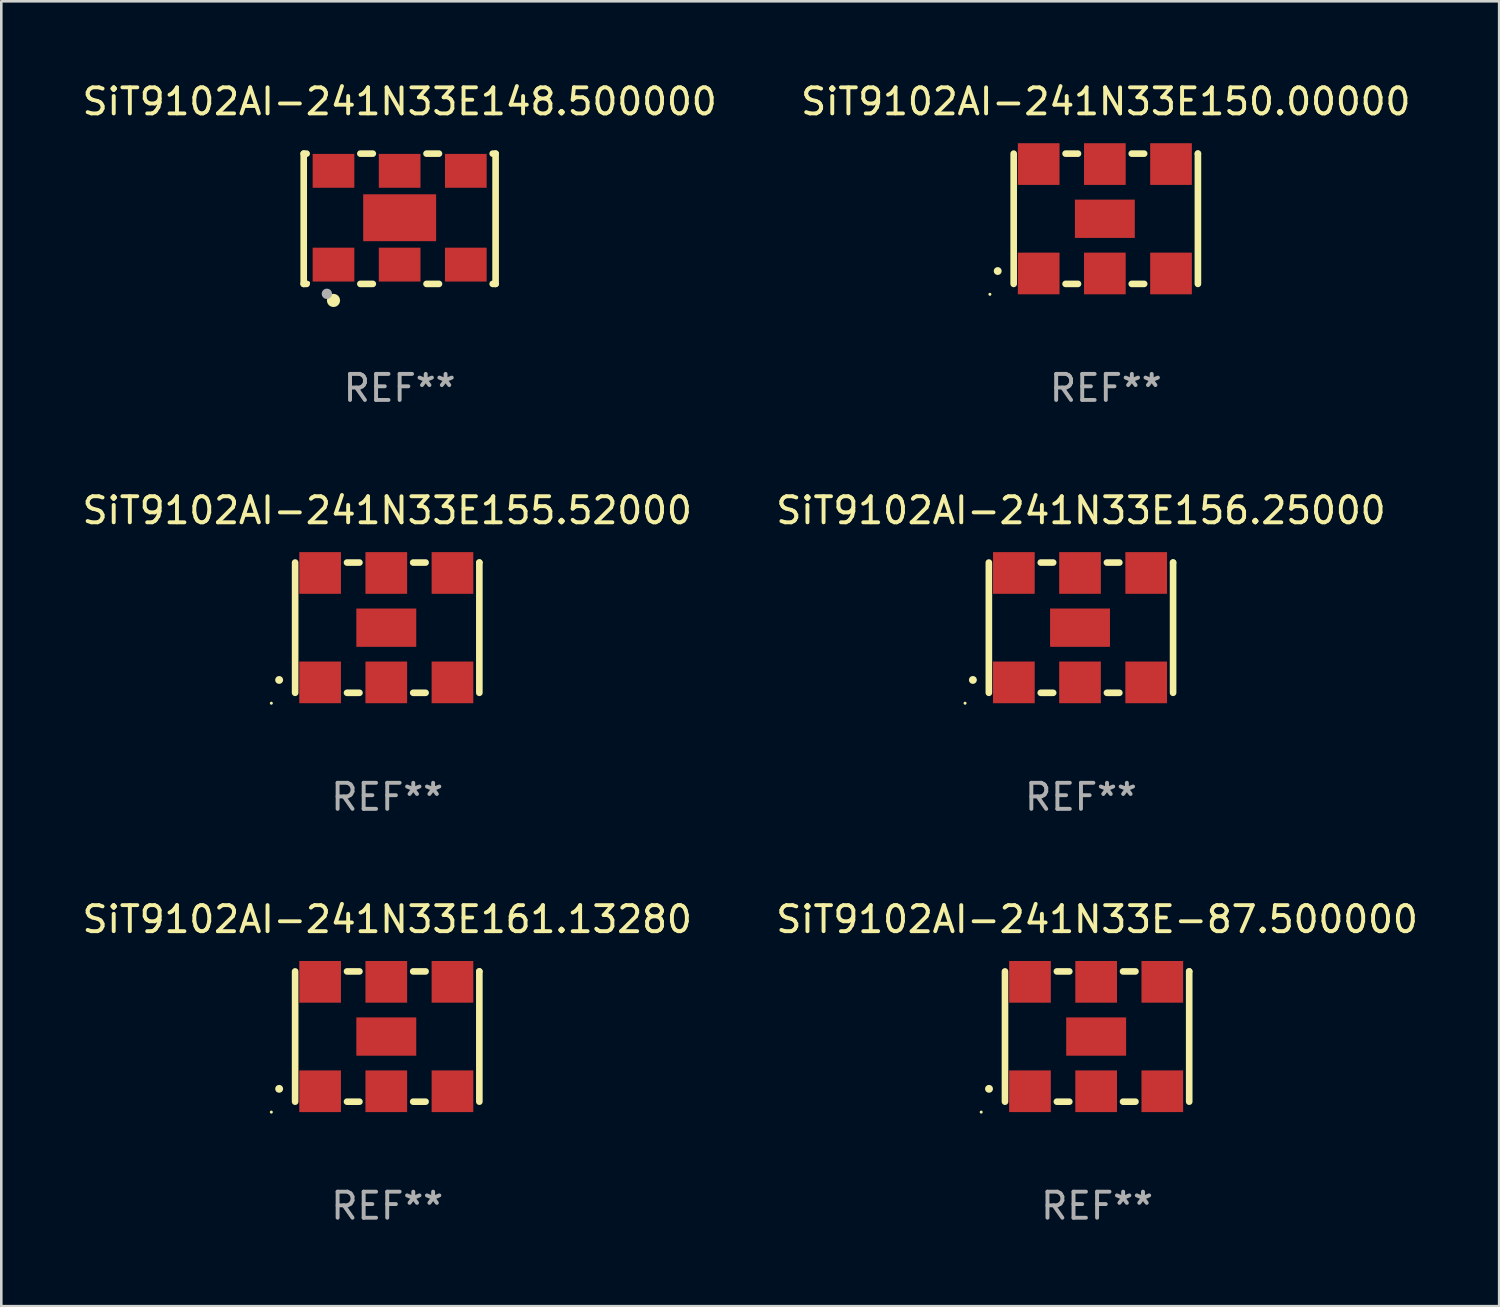
<source format=kicad_pcb>
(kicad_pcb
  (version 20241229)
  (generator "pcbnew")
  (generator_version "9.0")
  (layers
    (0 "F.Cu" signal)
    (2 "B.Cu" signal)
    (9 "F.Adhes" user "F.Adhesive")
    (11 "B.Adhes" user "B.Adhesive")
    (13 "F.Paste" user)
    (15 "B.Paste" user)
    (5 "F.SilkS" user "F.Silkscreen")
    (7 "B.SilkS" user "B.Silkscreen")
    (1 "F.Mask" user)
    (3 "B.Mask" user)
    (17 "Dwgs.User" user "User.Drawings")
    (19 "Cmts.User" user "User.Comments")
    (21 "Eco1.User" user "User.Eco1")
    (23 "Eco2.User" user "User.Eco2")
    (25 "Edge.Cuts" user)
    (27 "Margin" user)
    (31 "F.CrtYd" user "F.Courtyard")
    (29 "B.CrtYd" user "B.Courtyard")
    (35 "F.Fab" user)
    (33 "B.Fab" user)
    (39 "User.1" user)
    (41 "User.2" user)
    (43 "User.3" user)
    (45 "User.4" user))
  (footprint "SiT9102AI-241N33E156.25000"
    (layer "F.Cu")
    (at 38.446 21.045)
    (property "Reference" "SiT9102AI-241N33E156.25000" (at 0 -4.5 0) (layer "F.SilkS") (effects (font (size 1 1) (thickness 0.15))))
    (attr through_hole)
    (fp_line (start -3.536 -2.5) (end -3.536 2.5) (stroke (width 0.254) (type solid)) (layer "F.SilkS"))
    (fp_line (start -1.544 2.5) (end -1.067 2.5) (stroke (width 0.254) (type solid)) (layer "F.SilkS"))
    (fp_line (start -1.067 -2.5) (end -1.544 -2.5) (stroke (width 0.254) (type solid)) (layer "F.SilkS"))
    (fp_line (start 0.996 2.5) (end 1.473 2.5) (stroke (width 0.254) (type solid)) (layer "F.SilkS"))
    (fp_line (start 1.473 -2.5) (end 0.996 -2.5) (stroke (width 0.254) (type solid)) (layer "F.SilkS"))
    (fp_line (start 3.536 -2.5) (end 3.536 -2.5) (stroke (width 0.254) (type solid)) (layer "F.SilkS"))
    (fp_line (start 3.536 2.5) (end 3.536 -2.5) (stroke (width 0.254) (type solid)) (layer "F.SilkS"))
    (fp_arc (start -4.150432 2.006604) (mid -4.149162 2.006599) (end -4.147892 2.006604) (stroke (width 0.3) (type solid)) (layer "F.SilkS"))
    (fp_circle (center -4.449 2.9) (end -4.419 2.9) (stroke (width 0.06) (type solid)) (fill no) (layer "F.SilkS"))
    (fp_text user "REF**" (at 0 6.5 0) (layer "F.Fab") (effects (font (size 1 1) (thickness 0.15))))
    (pad "1" smd rect (at -2.576 2.1) (size 1.6 1.6) (layers "F.Cu" "F.Mask" "F.Paste"))
    (pad "2" smd rect (at -0.036 2.1) (size 1.6 1.6) (layers "F.Cu" "F.Mask" "F.Paste"))
    (pad "3" smd rect (at 2.504 2.1) (size 1.6 1.6) (layers "F.Cu" "F.Mask" "F.Paste"))
    (pad "4" smd rect (at 2.504 -2.1) (size 1.6 1.6) (layers "F.Cu" "F.Mask" "F.Paste"))
    (pad "5" smd rect (at -0.036 -2.1) (size 1.6 1.6) (layers "F.Cu" "F.Mask" "F.Paste"))
    (pad "6" smd rect (at -2.576 -2.1) (size 1.6 1.6) (layers "F.Cu" "F.Mask" "F.Paste"))
    (pad "7" smd rect (at -0.036 0) (size 2.3 1.47) (layers "F.Cu" "F.Mask" "F.Paste")))
  (footprint "SiT9102AI-241N33E150.00000"
    (layer "F.Cu")
    (at 39.399 5.348)
    (property "Reference" "SiT9102AI-241N33E150.00000" (at 0 -4.5 0) (layer "F.SilkS") (effects (font (size 1 1) (thickness 0.15))))
    (attr through_hole)
    (fp_line (start -3.536 -2.5) (end -3.536 2.5) (stroke (width 0.254) (type solid)) (layer "F.SilkS"))
    (fp_line (start -1.544 2.5) (end -1.067 2.5) (stroke (width 0.254) (type solid)) (layer "F.SilkS"))
    (fp_line (start -1.067 -2.5) (end -1.544 -2.5) (stroke (width 0.254) (type solid)) (layer "F.SilkS"))
    (fp_line (start 0.996 2.5) (end 1.473 2.5) (stroke (width 0.254) (type solid)) (layer "F.SilkS"))
    (fp_line (start 1.473 -2.5) (end 0.996 -2.5) (stroke (width 0.254) (type solid)) (layer "F.SilkS"))
    (fp_line (start 3.536 -2.5) (end 3.536 -2.5) (stroke (width 0.254) (type solid)) (layer "F.SilkS"))
    (fp_line (start 3.536 2.5) (end 3.536 -2.5) (stroke (width 0.254) (type solid)) (layer "F.SilkS"))
    (fp_arc (start -4.150432 2.006604) (mid -4.149162 2.006599) (end -4.147892 2.006604) (stroke (width 0.3) (type solid)) (layer "F.SilkS"))
    (fp_circle (center -4.449 2.9) (end -4.419 2.9) (stroke (width 0.06) (type solid)) (fill no) (layer "F.SilkS"))
    (fp_text user "REF**" (at 0 6.5 0) (layer "F.Fab") (effects (font (size 1 1) (thickness 0.15))))
    (pad "1" smd rect (at -2.576 2.1) (size 1.6 1.6) (layers "F.Cu" "F.Mask" "F.Paste"))
    (pad "2" smd rect (at -0.036 2.1) (size 1.6 1.6) (layers "F.Cu" "F.Mask" "F.Paste"))
    (pad "3" smd rect (at 2.504 2.1) (size 1.6 1.6) (layers "F.Cu" "F.Mask" "F.Paste"))
    (pad "4" smd rect (at 2.504 -2.1) (size 1.6 1.6) (layers "F.Cu" "F.Mask" "F.Paste"))
    (pad "5" smd rect (at -0.036 -2.1) (size 1.6 1.6) (layers "F.Cu" "F.Mask" "F.Paste"))
    (pad "6" smd rect (at -2.576 -2.1) (size 1.6 1.6) (layers "F.Cu" "F.Mask" "F.Paste"))
    (pad "7" smd rect (at -0.036 0) (size 2.3 1.47) (layers "F.Cu" "F.Mask" "F.Paste")))
  (footprint "SiT9102AI-241N33E161.13280"
    (layer "F.Cu")
    (at 11.815 36.741)
    (property "Reference" "SiT9102AI-241N33E161.13280" (at 0 -4.5 0) (layer "F.SilkS") (effects (font (size 1 1) (thickness 0.15))))
    (attr through_hole)
    (fp_line (start -3.536 -2.5) (end -3.536 2.5) (stroke (width 0.254) (type solid)) (layer "F.SilkS"))
    (fp_line (start -1.544 2.5) (end -1.067 2.5) (stroke (width 0.254) (type solid)) (layer "F.SilkS"))
    (fp_line (start -1.067 -2.5) (end -1.544 -2.5) (stroke (width 0.254) (type solid)) (layer "F.SilkS"))
    (fp_line (start 0.996 2.5) (end 1.473 2.5) (stroke (width 0.254) (type solid)) (layer "F.SilkS"))
    (fp_line (start 1.473 -2.5) (end 0.996 -2.5) (stroke (width 0.254) (type solid)) (layer "F.SilkS"))
    (fp_line (start 3.536 -2.5) (end 3.536 -2.5) (stroke (width 0.254) (type solid)) (layer "F.SilkS"))
    (fp_line (start 3.536 2.5) (end 3.536 -2.5) (stroke (width 0.254) (type solid)) (layer "F.SilkS"))
    (fp_arc (start -4.150432 2.006604) (mid -4.149162 2.006599) (end -4.147892 2.006604) (stroke (width 0.3) (type solid)) (layer "F.SilkS"))
    (fp_circle (center -4.449 2.9) (end -4.419 2.9) (stroke (width 0.06) (type solid)) (fill no) (layer "F.SilkS"))
    (fp_text user "REF**" (at 0 6.5 0) (layer "F.Fab") (effects (font (size 1 1) (thickness 0.15))))
    (pad "1" smd rect (at -2.576 2.1) (size 1.6 1.6) (layers "F.Cu" "F.Mask" "F.Paste"))
    (pad "2" smd rect (at -0.036 2.1) (size 1.6 1.6) (layers "F.Cu" "F.Mask" "F.Paste"))
    (pad "3" smd rect (at 2.504 2.1) (size 1.6 1.6) (layers "F.Cu" "F.Mask" "F.Paste"))
    (pad "4" smd rect (at 2.504 -2.1) (size 1.6 1.6) (layers "F.Cu" "F.Mask" "F.Paste"))
    (pad "5" smd rect (at -0.036 -2.1) (size 1.6 1.6) (layers "F.Cu" "F.Mask" "F.Paste"))
    (pad "6" smd rect (at -2.576 -2.1) (size 1.6 1.6) (layers "F.Cu" "F.Mask" "F.Paste"))
    (pad "7" smd rect (at -0.036 0) (size 2.3 1.47) (layers "F.Cu" "F.Mask" "F.Paste")))
  (footprint "SiT9102AI-241N33E155.52000"
    (layer "F.Cu")
    (at 11.815 21.045)
    (property "Reference" "SiT9102AI-241N33E155.52000" (at 0 -4.5 0) (layer "F.SilkS") (effects (font (size 1 1) (thickness 0.15))))
    (attr through_hole)
    (fp_line (start -3.536 -2.5) (end -3.536 2.5) (stroke (width 0.254) (type solid)) (layer "F.SilkS"))
    (fp_line (start -1.544 2.5) (end -1.067 2.5) (stroke (width 0.254) (type solid)) (layer "F.SilkS"))
    (fp_line (start -1.067 -2.5) (end -1.544 -2.5) (stroke (width 0.254) (type solid)) (layer "F.SilkS"))
    (fp_line (start 0.996 2.5) (end 1.473 2.5) (stroke (width 0.254) (type solid)) (layer "F.SilkS"))
    (fp_line (start 1.473 -2.5) (end 0.996 -2.5) (stroke (width 0.254) (type solid)) (layer "F.SilkS"))
    (fp_line (start 3.536 -2.5) (end 3.536 -2.5) (stroke (width 0.254) (type solid)) (layer "F.SilkS"))
    (fp_line (start 3.536 2.5) (end 3.536 -2.5) (stroke (width 0.254) (type solid)) (layer "F.SilkS"))
    (fp_arc (start -4.150432 2.006604) (mid -4.149162 2.006599) (end -4.147892 2.006604) (stroke (width 0.3) (type solid)) (layer "F.SilkS"))
    (fp_circle (center -4.449 2.9) (end -4.419 2.9) (stroke (width 0.06) (type solid)) (fill no) (layer "F.SilkS"))
    (fp_text user "REF**" (at 0 6.5 0) (layer "F.Fab") (effects (font (size 1 1) (thickness 0.15))))
    (pad "1" smd rect (at -2.576 2.1) (size 1.6 1.6) (layers "F.Cu" "F.Mask" "F.Paste"))
    (pad "2" smd rect (at -0.036 2.1) (size 1.6 1.6) (layers "F.Cu" "F.Mask" "F.Paste"))
    (pad "3" smd rect (at 2.504 2.1) (size 1.6 1.6) (layers "F.Cu" "F.Mask" "F.Paste"))
    (pad "4" smd rect (at 2.504 -2.1) (size 1.6 1.6) (layers "F.Cu" "F.Mask" "F.Paste"))
    (pad "5" smd rect (at -0.036 -2.1) (size 1.6 1.6) (layers "F.Cu" "F.Mask" "F.Paste"))
    (pad "6" smd rect (at -2.576 -2.1) (size 1.6 1.6) (layers "F.Cu" "F.Mask" "F.Paste"))
    (pad "7" smd rect (at -0.036 0) (size 2.3 1.47) (layers "F.Cu" "F.Mask" "F.Paste")))
  (footprint "SiT9102AI-241N33E-87.500000"
    (layer "F.Cu")
    (at 39.065 36.741)
    (property "Reference" "SiT9102AI-241N33E-87.500000" (at 0 -4.5 0) (layer "F.SilkS") (effects (font (size 1 1) (thickness 0.15))))
    (attr through_hole)
    (fp_line (start -3.536 -2.5) (end -3.536 2.5) (stroke (width 0.254) (type solid)) (layer "F.SilkS"))
    (fp_line (start -1.544 2.5) (end -1.067 2.5) (stroke (width 0.254) (type solid)) (layer "F.SilkS"))
    (fp_line (start -1.067 -2.5) (end -1.544 -2.5) (stroke (width 0.254) (type solid)) (layer "F.SilkS"))
    (fp_line (start 0.996 2.5) (end 1.473 2.5) (stroke (width 0.254) (type solid)) (layer "F.SilkS"))
    (fp_line (start 1.473 -2.5) (end 0.996 -2.5) (stroke (width 0.254) (type solid)) (layer "F.SilkS"))
    (fp_line (start 3.536 -2.5) (end 3.536 -2.5) (stroke (width 0.254) (type solid)) (layer "F.SilkS"))
    (fp_line (start 3.536 2.5) (end 3.536 -2.5) (stroke (width 0.254) (type solid)) (layer "F.SilkS"))
    (fp_arc (start -4.150432 2.006604) (mid -4.149162 2.006599) (end -4.147892 2.006604) (stroke (width 0.3) (type solid)) (layer "F.SilkS"))
    (fp_circle (center -4.449 2.9) (end -4.419 2.9) (stroke (width 0.06) (type solid)) (fill no) (layer "F.SilkS"))
    (fp_text user "REF**" (at 0 6.5 0) (layer "F.Fab") (effects (font (size 1 1) (thickness 0.15))))
    (pad "1" smd rect (at -2.576 2.1) (size 1.6 1.6) (layers "F.Cu" "F.Mask" "F.Paste"))
    (pad "2" smd rect (at -0.036 2.1) (size 1.6 1.6) (layers "F.Cu" "F.Mask" "F.Paste"))
    (pad "3" smd rect (at 2.504 2.1) (size 1.6 1.6) (layers "F.Cu" "F.Mask" "F.Paste"))
    (pad "4" smd rect (at 2.504 -2.1) (size 1.6 1.6) (layers "F.Cu" "F.Mask" "F.Paste"))
    (pad "5" smd rect (at -0.036 -2.1) (size 1.6 1.6) (layers "F.Cu" "F.Mask" "F.Paste"))
    (pad "6" smd rect (at -2.576 -2.1) (size 1.6 1.6) (layers "F.Cu" "F.Mask" "F.Paste"))
    (pad "7" smd rect (at -0.036 0) (size 2.3 1.47) (layers "F.Cu" "F.Mask" "F.Paste")))
  (footprint "SiT9102AI-241N33E148.500000"
    (layer "F.Cu")
    (at 12.292 5.348)
    (property "Reference" "SiT9102AI-241N33E148.500000" (at 0 -4.5 0) (layer "F.SilkS") (effects (font (size 1 1) (thickness 0.15))))
    (attr through_hole)
    (fp_line (start -3.683 -2.5) (end -3.571 -2.5) (stroke (width 0.254) (type solid)) (layer "F.SilkS"))
    (fp_line (start -3.683 2.5) (end -3.683 -2.5) (stroke (width 0.254) (type solid)) (layer "F.SilkS"))
    (fp_line (start -3.683 2.5) (end -3.571 2.5) (stroke (width 0.254) (type solid)) (layer "F.SilkS"))
    (fp_line (start -1.509 -2.5) (end -1.031 -2.5) (stroke (width 0.254) (type solid)) (layer "F.SilkS"))
    (fp_line (start -1.509 2.5) (end -1.031 2.5) (stroke (width 0.254) (type solid)) (layer "F.SilkS"))
    (fp_line (start 1.031 -2.5) (end 1.509 -2.5) (stroke (width 0.254) (type solid)) (layer "F.SilkS"))
    (fp_line (start 1.031 2.5) (end 1.509 2.5) (stroke (width 0.254) (type solid)) (layer "F.SilkS"))
    (fp_line (start 3.571 -2.5) (end 3.683 -2.5) (stroke (width 0.254) (type solid)) (layer "F.SilkS"))
    (fp_line (start 3.571 2.5) (end 3.683 2.5) (stroke (width 0.254) (type solid)) (layer "F.SilkS"))
    (fp_line (start 3.683 2.5) (end 3.683 -2.5) (stroke (width 0.254) (type solid)) (layer "F.SilkS"))
    (fp_circle (center -3.5 2.46) (end -3.47 2.46) (stroke (width 0.06) (type solid)) (fill no) (layer "F.SilkS"))
    (fp_circle (center -2.54 3.135) (end -2.413 3.135) (stroke (width 0.254) (type solid)) (fill no) (layer "F.SilkS"))
    (fp_circle (center -2.794 2.881) (end -2.694 2.881) (stroke (width 0.2) (type solid)) (fill no) (layer "F.Fab"))
    (fp_text user "REF**" (at 0 6.5 0) (layer "F.Fab") (effects (font (size 1 1) (thickness 0.15))))
    (pad "1" smd rect (at -2.54 1.76) (size 1.6 1.3) (layers "F.Cu" "F.Mask" "F.Paste"))
    (pad "2" smd rect (at 0 1.76) (size 1.6 1.3) (layers "F.Cu" "F.Mask" "F.Paste"))
    (pad "3" smd rect (at 2.54 1.76) (size 1.6 1.3) (layers "F.Cu" "F.Mask" "F.Paste"))
    (pad "4" smd rect (at 2.54 -1.84) (size 1.6 1.3) (layers "F.Cu" "F.Mask" "F.Paste"))
    (pad "5" smd rect (at 0 -1.84) (size 1.6 1.3) (layers "F.Cu" "F.Mask" "F.Paste"))
    (pad "6" smd rect (at -2.54 -1.84) (size 1.6 1.3) (layers "F.Cu" "F.Mask" "F.Paste"))
    (pad "7" smd rect (at 0 -0.04) (size 2.8 1.8) (layers "F.Cu" "F.Mask" "F.Paste")))
  (gr_rect
    (start -3 -3)
    (end 54.5 47.09)
    (stroke (width 0.1) (type default))
    (fill no)
    (layer "Edge.Cuts")))
</source>
